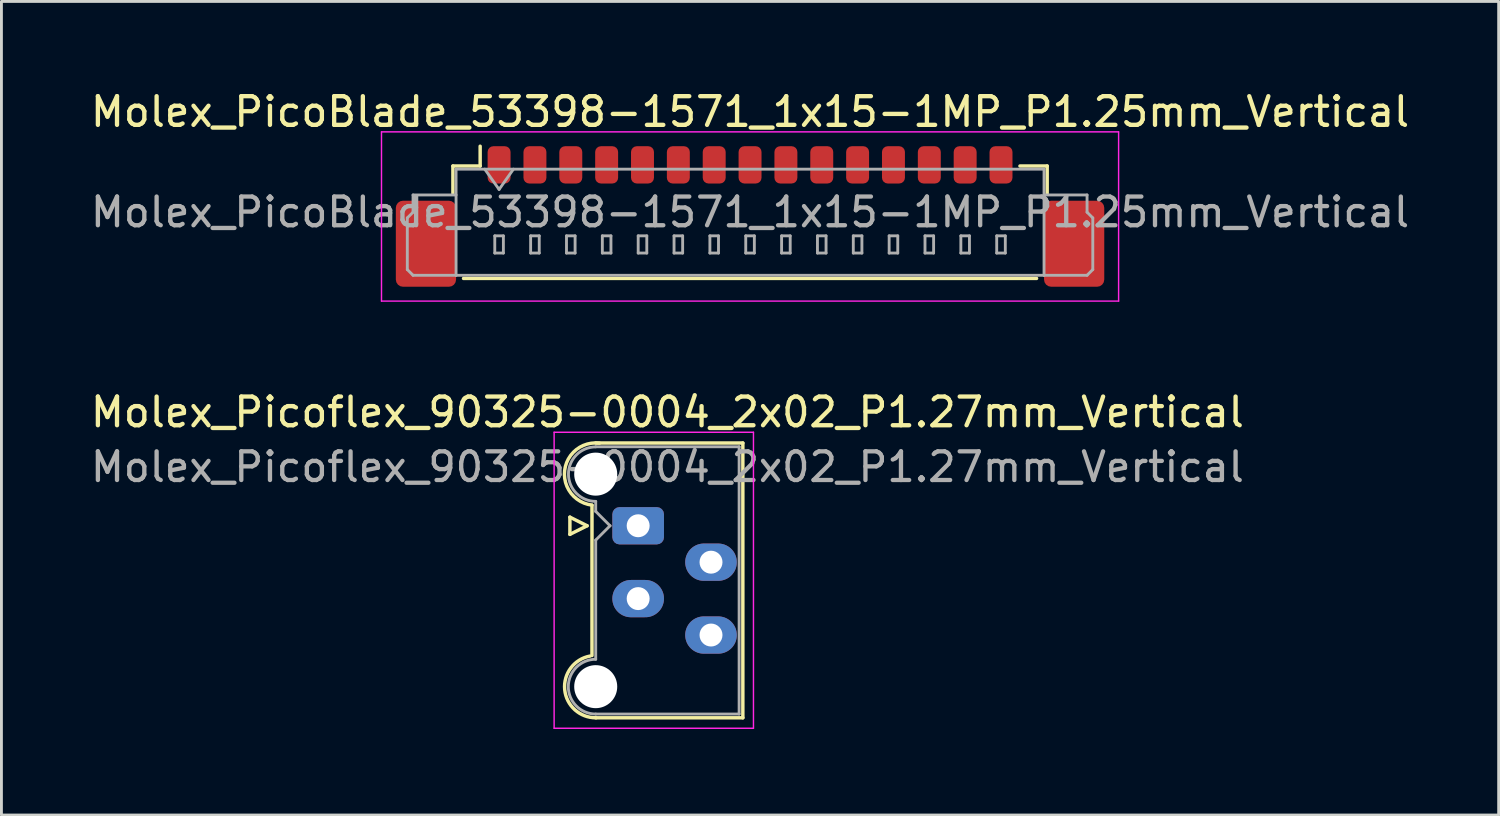
<source format=kicad_pcb>
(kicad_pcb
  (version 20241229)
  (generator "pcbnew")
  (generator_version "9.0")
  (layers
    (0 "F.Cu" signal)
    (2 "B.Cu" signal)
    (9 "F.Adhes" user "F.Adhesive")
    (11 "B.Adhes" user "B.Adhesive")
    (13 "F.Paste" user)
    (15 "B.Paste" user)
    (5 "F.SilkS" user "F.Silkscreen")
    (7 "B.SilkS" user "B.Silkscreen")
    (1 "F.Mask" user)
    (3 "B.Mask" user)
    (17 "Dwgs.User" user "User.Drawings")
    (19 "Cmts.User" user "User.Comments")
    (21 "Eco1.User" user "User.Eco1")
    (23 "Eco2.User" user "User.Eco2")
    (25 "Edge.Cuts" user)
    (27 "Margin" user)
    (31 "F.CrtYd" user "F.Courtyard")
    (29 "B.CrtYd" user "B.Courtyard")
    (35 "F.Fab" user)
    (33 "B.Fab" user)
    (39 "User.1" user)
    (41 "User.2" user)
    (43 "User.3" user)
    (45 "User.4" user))
  (footprint "Molex_PicoBlade_53398-1571_1x15-1MP_P1.25mm_Vertical"
    (layer "F.Cu")
    (at 23.101 3.948)
    (property "Reference" "Molex_PicoBlade_53398-1571_1x15-1MP_P1.25mm_Vertical" (at 0 -3.1 0) (layer "F.SilkS") (effects (font (size 1 1) (thickness 0.15))))
    (attr smd)
    (fp_line (start -10.36 -1.21) (end -9.41 -1.21) (stroke (width 0.12) (type solid)) (layer "F.SilkS"))
    (fp_line (start -10.36 -0.26) (end -10.36 -1.21) (stroke (width 0.12) (type solid)) (layer "F.SilkS"))
    (fp_line (start -9.99 2.71) (end 9.99 2.71) (stroke (width 0.12) (type solid)) (layer "F.SilkS"))
    (fp_line (start -9.41 -1.21) (end -9.41 -1.9) (stroke (width 0.12) (type solid)) (layer "F.SilkS"))
    (fp_line (start 10.36 -1.21) (end 9.41 -1.21) (stroke (width 0.12) (type solid)) (layer "F.SilkS"))
    (fp_line (start 10.36 -0.26) (end 10.36 -1.21) (stroke (width 0.12) (type solid)) (layer "F.SilkS"))
    (fp_line (start -12.85 -2.4) (end -12.85 3.5) (stroke (width 0.05) (type solid)) (layer "F.CrtYd"))
    (fp_line (start -12.85 3.5) (end 12.85 3.5) (stroke (width 0.05) (type solid)) (layer "F.CrtYd"))
    (fp_line (start 12.85 -2.4) (end -12.85 -2.4) (stroke (width 0.05) (type solid)) (layer "F.CrtYd"))
    (fp_line (start 12.85 3.5) (end 12.85 -2.4) (stroke (width 0.05) (type solid)) (layer "F.CrtYd"))
    (fp_line (start -11.95 0.6) (end -11.75 0.4) (stroke (width 0.1) (type solid)) (layer "F.Fab"))
    (fp_line (start -11.95 2.4) (end -11.95 0.6) (stroke (width 0.1) (type solid)) (layer "F.Fab"))
    (fp_line (start -11.75 -0.2) (end -10.25 -0.2) (stroke (width 0.1) (type solid)) (layer "F.Fab"))
    (fp_line (start -11.75 0.4) (end -11.75 -0.2) (stroke (width 0.1) (type solid)) (layer "F.Fab"))
    (fp_line (start -11.75 2.6) (end -11.95 2.4) (stroke (width 0.1) (type solid)) (layer "F.Fab"))
    (fp_line (start -10.25 -1.1) (end -10.25 2.6) (stroke (width 0.1) (type solid)) (layer "F.Fab"))
    (fp_line (start -10.25 -1.1) (end 10.25 -1.1) (stroke (width 0.1) (type solid)) (layer "F.Fab"))
    (fp_line (start -10.25 2.6) (end -11.75 2.6) (stroke (width 0.1) (type solid)) (layer "F.Fab"))
    (fp_line (start -10.25 2.6) (end 10.25 2.6) (stroke (width 0.1) (type solid)) (layer "F.Fab"))
    (fp_line (start -9.25 -1.1) (end -8.75 -0.393) (stroke (width 0.1) (type solid)) (layer "F.Fab"))
    (fp_line (start -8.9 1.225) (end -8.9 1.825) (stroke (width 0.1) (type solid)) (layer "F.Fab"))
    (fp_line (start -8.9 1.825) (end -8.6 1.825) (stroke (width 0.1) (type solid)) (layer "F.Fab"))
    (fp_line (start -8.75 -0.393) (end -8.25 -1.1) (stroke (width 0.1) (type solid)) (layer "F.Fab"))
    (fp_line (start -8.6 1.225) (end -8.9 1.225) (stroke (width 0.1) (type solid)) (layer "F.Fab"))
    (fp_line (start -8.6 1.825) (end -8.6 1.225) (stroke (width 0.1) (type solid)) (layer "F.Fab"))
    (fp_line (start -7.65 1.225) (end -7.65 1.825) (stroke (width 0.1) (type solid)) (layer "F.Fab"))
    (fp_line (start -7.65 1.825) (end -7.35 1.825) (stroke (width 0.1) (type solid)) (layer "F.Fab"))
    (fp_line (start -7.35 1.225) (end -7.65 1.225) (stroke (width 0.1) (type solid)) (layer "F.Fab"))
    (fp_line (start -7.35 1.825) (end -7.35 1.225) (stroke (width 0.1) (type solid)) (layer "F.Fab"))
    (fp_line (start -6.4 1.225) (end -6.4 1.825) (stroke (width 0.1) (type solid)) (layer "F.Fab"))
    (fp_line (start -6.4 1.825) (end -6.1 1.825) (stroke (width 0.1) (type solid)) (layer "F.Fab"))
    (fp_line (start -6.1 1.225) (end -6.4 1.225) (stroke (width 0.1) (type solid)) (layer "F.Fab"))
    (fp_line (start -6.1 1.825) (end -6.1 1.225) (stroke (width 0.1) (type solid)) (layer "F.Fab"))
    (fp_line (start -5.15 1.225) (end -5.15 1.825) (stroke (width 0.1) (type solid)) (layer "F.Fab"))
    (fp_line (start -5.15 1.825) (end -4.85 1.825) (stroke (width 0.1) (type solid)) (layer "F.Fab"))
    (fp_line (start -4.85 1.225) (end -5.15 1.225) (stroke (width 0.1) (type solid)) (layer "F.Fab"))
    (fp_line (start -4.85 1.825) (end -4.85 1.225) (stroke (width 0.1) (type solid)) (layer "F.Fab"))
    (fp_line (start -3.9 1.225) (end -3.9 1.825) (stroke (width 0.1) (type solid)) (layer "F.Fab"))
    (fp_line (start -3.9 1.825) (end -3.6 1.825) (stroke (width 0.1) (type solid)) (layer "F.Fab"))
    (fp_line (start -3.6 1.225) (end -3.9 1.225) (stroke (width 0.1) (type solid)) (layer "F.Fab"))
    (fp_line (start -3.6 1.825) (end -3.6 1.225) (stroke (width 0.1) (type solid)) (layer "F.Fab"))
    (fp_line (start -2.65 1.225) (end -2.65 1.825) (stroke (width 0.1) (type solid)) (layer "F.Fab"))
    (fp_line (start -2.65 1.825) (end -2.35 1.825) (stroke (width 0.1) (type solid)) (layer "F.Fab"))
    (fp_line (start -2.35 1.225) (end -2.65 1.225) (stroke (width 0.1) (type solid)) (layer "F.Fab"))
    (fp_line (start -2.35 1.825) (end -2.35 1.225) (stroke (width 0.1) (type solid)) (layer "F.Fab"))
    (fp_line (start -1.4 1.225) (end -1.4 1.825) (stroke (width 0.1) (type solid)) (layer "F.Fab"))
    (fp_line (start -1.4 1.825) (end -1.1 1.825) (stroke (width 0.1) (type solid)) (layer "F.Fab"))
    (fp_line (start -1.1 1.225) (end -1.4 1.225) (stroke (width 0.1) (type solid)) (layer "F.Fab"))
    (fp_line (start -1.1 1.825) (end -1.1 1.225) (stroke (width 0.1) (type solid)) (layer "F.Fab"))
    (fp_line (start -0.15 1.225) (end -0.15 1.825) (stroke (width 0.1) (type solid)) (layer "F.Fab"))
    (fp_line (start -0.15 1.825) (end 0.15 1.825) (stroke (width 0.1) (type solid)) (layer "F.Fab"))
    (fp_line (start 0.15 1.225) (end -0.15 1.225) (stroke (width 0.1) (type solid)) (layer "F.Fab"))
    (fp_line (start 0.15 1.825) (end 0.15 1.225) (stroke (width 0.1) (type solid)) (layer "F.Fab"))
    (fp_line (start 1.1 1.225) (end 1.1 1.825) (stroke (width 0.1) (type solid)) (layer "F.Fab"))
    (fp_line (start 1.1 1.825) (end 1.4 1.825) (stroke (width 0.1) (type solid)) (layer "F.Fab"))
    (fp_line (start 1.4 1.225) (end 1.1 1.225) (stroke (width 0.1) (type solid)) (layer "F.Fab"))
    (fp_line (start 1.4 1.825) (end 1.4 1.225) (stroke (width 0.1) (type solid)) (layer "F.Fab"))
    (fp_line (start 2.35 1.225) (end 2.35 1.825) (stroke (width 0.1) (type solid)) (layer "F.Fab"))
    (fp_line (start 2.35 1.825) (end 2.65 1.825) (stroke (width 0.1) (type solid)) (layer "F.Fab"))
    (fp_line (start 2.65 1.225) (end 2.35 1.225) (stroke (width 0.1) (type solid)) (layer "F.Fab"))
    (fp_line (start 2.65 1.825) (end 2.65 1.225) (stroke (width 0.1) (type solid)) (layer "F.Fab"))
    (fp_line (start 3.6 1.225) (end 3.6 1.825) (stroke (width 0.1) (type solid)) (layer "F.Fab"))
    (fp_line (start 3.6 1.825) (end 3.9 1.825) (stroke (width 0.1) (type solid)) (layer "F.Fab"))
    (fp_line (start 3.9 1.225) (end 3.6 1.225) (stroke (width 0.1) (type solid)) (layer "F.Fab"))
    (fp_line (start 3.9 1.825) (end 3.9 1.225) (stroke (width 0.1) (type solid)) (layer "F.Fab"))
    (fp_line (start 4.85 1.225) (end 4.85 1.825) (stroke (width 0.1) (type solid)) (layer "F.Fab"))
    (fp_line (start 4.85 1.825) (end 5.15 1.825) (stroke (width 0.1) (type solid)) (layer "F.Fab"))
    (fp_line (start 5.15 1.225) (end 4.85 1.225) (stroke (width 0.1) (type solid)) (layer "F.Fab"))
    (fp_line (start 5.15 1.825) (end 5.15 1.225) (stroke (width 0.1) (type solid)) (layer "F.Fab"))
    (fp_line (start 6.1 1.225) (end 6.1 1.825) (stroke (width 0.1) (type solid)) (layer "F.Fab"))
    (fp_line (start 6.1 1.825) (end 6.4 1.825) (stroke (width 0.1) (type solid)) (layer "F.Fab"))
    (fp_line (start 6.4 1.225) (end 6.1 1.225) (stroke (width 0.1) (type solid)) (layer "F.Fab"))
    (fp_line (start 6.4 1.825) (end 6.4 1.225) (stroke (width 0.1) (type solid)) (layer "F.Fab"))
    (fp_line (start 7.35 1.225) (end 7.35 1.825) (stroke (width 0.1) (type solid)) (layer "F.Fab"))
    (fp_line (start 7.35 1.825) (end 7.65 1.825) (stroke (width 0.1) (type solid)) (layer "F.Fab"))
    (fp_line (start 7.65 1.225) (end 7.35 1.225) (stroke (width 0.1) (type solid)) (layer "F.Fab"))
    (fp_line (start 7.65 1.825) (end 7.65 1.225) (stroke (width 0.1) (type solid)) (layer "F.Fab"))
    (fp_line (start 8.6 1.225) (end 8.6 1.825) (stroke (width 0.1) (type solid)) (layer "F.Fab"))
    (fp_line (start 8.6 1.825) (end 8.9 1.825) (stroke (width 0.1) (type solid)) (layer "F.Fab"))
    (fp_line (start 8.9 1.225) (end 8.6 1.225) (stroke (width 0.1) (type solid)) (layer "F.Fab"))
    (fp_line (start 8.9 1.825) (end 8.9 1.225) (stroke (width 0.1) (type solid)) (layer "F.Fab"))
    (fp_line (start 10.25 -1.1) (end 10.25 2.6) (stroke (width 0.1) (type solid)) (layer "F.Fab"))
    (fp_line (start 10.25 2.6) (end 11.75 2.6) (stroke (width 0.1) (type solid)) (layer "F.Fab"))
    (fp_line (start 11.75 -0.2) (end 10.25 -0.2) (stroke (width 0.1) (type solid)) (layer "F.Fab"))
    (fp_line (start 11.75 0.4) (end 11.75 -0.2) (stroke (width 0.1) (type solid)) (layer "F.Fab"))
    (fp_line (start 11.75 2.6) (end 11.95 2.4) (stroke (width 0.1) (type solid)) (layer "F.Fab"))
    (fp_line (start 11.95 0.6) (end 11.75 0.4) (stroke (width 0.1) (type solid)) (layer "F.Fab"))
    (fp_line (start 11.95 2.4) (end 11.95 0.6) (stroke (width 0.1) (type solid)) (layer "F.Fab"))
    (fp_text user "${REFERENCE}" (at 0 0.4 0) (layer "F.Fab") (effects (font (size 1 1) (thickness 0.15))))
    (pad "1" smd roundrect (at -8.75 -1.25) (size 0.8 1.3) (layers "F.Cu" "F.Mask" "F.Paste") (roundrect_rratio 0.25))
    (pad "2" smd roundrect (at -7.5 -1.25) (size 0.8 1.3) (layers "F.Cu" "F.Mask" "F.Paste") (roundrect_rratio 0.25))
    (pad "3" smd roundrect (at -6.25 -1.25) (size 0.8 1.3) (layers "F.Cu" "F.Mask" "F.Paste") (roundrect_rratio 0.25))
    (pad "4" smd roundrect (at -5 -1.25) (size 0.8 1.3) (layers "F.Cu" "F.Mask" "F.Paste") (roundrect_rratio 0.25))
    (pad "5" smd roundrect (at -3.75 -1.25) (size 0.8 1.3) (layers "F.Cu" "F.Mask" "F.Paste") (roundrect_rratio 0.25))
    (pad "6" smd roundrect (at -2.5 -1.25) (size 0.8 1.3) (layers "F.Cu" "F.Mask" "F.Paste") (roundrect_rratio 0.25))
    (pad "7" smd roundrect (at -1.25 -1.25) (size 0.8 1.3) (layers "F.Cu" "F.Mask" "F.Paste") (roundrect_rratio 0.25))
    (pad "8" smd roundrect (at 0 -1.25) (size 0.8 1.3) (layers "F.Cu" "F.Mask" "F.Paste") (roundrect_rratio 0.25))
    (pad "9" smd roundrect (at 1.25 -1.25) (size 0.8 1.3) (layers "F.Cu" "F.Mask" "F.Paste") (roundrect_rratio 0.25))
    (pad "10" smd roundrect (at 2.5 -1.25) (size 0.8 1.3) (layers "F.Cu" "F.Mask" "F.Paste") (roundrect_rratio 0.25))
    (pad "11" smd roundrect (at 3.75 -1.25) (size 0.8 1.3) (layers "F.Cu" "F.Mask" "F.Paste") (roundrect_rratio 0.25))
    (pad "12" smd roundrect (at 5 -1.25) (size 0.8 1.3) (layers "F.Cu" "F.Mask" "F.Paste") (roundrect_rratio 0.25))
    (pad "13" smd roundrect (at 6.25 -1.25) (size 0.8 1.3) (layers "F.Cu" "F.Mask" "F.Paste") (roundrect_rratio 0.25))
    (pad "14" smd roundrect (at 7.5 -1.25) (size 0.8 1.3) (layers "F.Cu" "F.Mask" "F.Paste") (roundrect_rratio 0.25))
    (pad "15" smd roundrect (at 8.75 -1.25) (size 0.8 1.3) (layers "F.Cu" "F.Mask" "F.Paste") (roundrect_rratio 0.25))
    (pad "MP" smd roundrect (at -11.3 1.5) (size 2.1 3) (layers "F.Cu" "F.Mask" "F.Paste") (roundrect_rratio 0.119))
    (pad "MP" smd roundrect (at 11.3 1.5) (size 2.1 3) (layers "F.Cu" "F.Mask" "F.Paste") (roundrect_rratio 0.119)))
  (footprint "Molex_Picoflex_90325-0004_2x02_P1.27mm_Vertical"
    (layer "F.Cu")
    (at 19.2 15.281)
    (property "Reference" "Molex_Picoflex_90325-0004_2x02_P1.27mm_Vertical" (at 1.02 -3.96 0) (layer "F.SilkS") (effects (font (size 1 1) (thickness 0.15))))
    (attr through_hole)
    (fp_line (start -2.38 -0.3) (end -2.38 0.3) (stroke (width 0.12) (type solid)) (layer "F.SilkS"))
    (fp_line (start -2.38 0.3) (end -1.78 0) (stroke (width 0.12) (type solid)) (layer "F.SilkS"))
    (fp_line (start -1.78 0) (end -2.38 -0.3) (stroke (width 0.12) (type solid)) (layer "F.SilkS"))
    (fp_line (start -1.61 -0.715) (end -1.61 4.525) (stroke (width 0.12) (type solid)) (layer "F.SilkS"))
    (fp_line (start -1.48 -2.885) (end 3.65 -2.885) (stroke (width 0.12) (type solid)) (layer "F.SilkS"))
    (fp_line (start 3.65 -2.885) (end 3.65 6.695) (stroke (width 0.12) (type solid)) (layer "F.SilkS"))
    (fp_line (start 3.65 6.695) (end -1.48 6.695) (stroke (width 0.12) (type solid)) (layer "F.SilkS"))
    (fp_arc (start -1.61 -0.72) (mid -2.56 -1.93) (end -1.35 -2.88) (stroke (width 0.12) (type solid)) (layer "F.SilkS"))
    (fp_arc (start -1.47 6.695) (mid -2.56 5.714526) (end -1.678256 4.54322) (stroke (width 0.12) (type solid)) (layer "F.SilkS"))
    (fp_line (start -2.93 -3.26) (end -2.93 7.06) (stroke (width 0.05) (type solid)) (layer "F.CrtYd"))
    (fp_line (start -2.93 7.06) (end 4.02 7.06) (stroke (width 0.05) (type solid)) (layer "F.CrtYd"))
    (fp_line (start 4.02 -3.26) (end -2.93 -3.26) (stroke (width 0.05) (type solid)) (layer "F.CrtYd"))
    (fp_line (start 4.02 7.06) (end 4.02 -3.26) (stroke (width 0.05) (type solid)) (layer "F.CrtYd"))
    (fp_line (start -1.48 -2.755) (end 3.52 -2.755) (stroke (width 0.1) (type solid)) (layer "F.Fab"))
    (fp_line (start -1.48 -0.845) (end -1.48 -0.5) (stroke (width 0.1) (type solid)) (layer "F.Fab"))
    (fp_line (start -1.48 -0.5) (end -0.98 0) (stroke (width 0.1) (type solid)) (layer "F.Fab"))
    (fp_line (start -1.48 0.5) (end -1.48 4.655) (stroke (width 0.1) (type solid)) (layer "F.Fab"))
    (fp_line (start -0.98 0) (end -1.48 0.5) (stroke (width 0.1) (type solid)) (layer "F.Fab"))
    (fp_line (start 3.52 -2.755) (end 3.52 6.565) (stroke (width 0.1) (type solid)) (layer "F.Fab"))
    (fp_line (start 3.52 6.565) (end -1.48 6.565) (stroke (width 0.1) (type solid)) (layer "F.Fab"))
    (fp_arc (start -1.48 -0.85) (mid -2.43 -1.8) (end -1.48 -2.75) (stroke (width 0.1) (type solid)) (layer "F.Fab"))
    (fp_arc (start -1.48 6.565) (mid -2.435 5.61) (end -1.48 4.655) (stroke (width 0.1) (type solid)) (layer "F.Fab"))
    (fp_text user "${REFERENCE}" (at 1.02 -2.05 0) (layer "F.Fab") (effects (font (size 1 1) (thickness 0.15))))
    (pad "" np_thru_hole circle (at -1.48 -1.8) (size 1.5 1.5) (drill 1.5) (layers "*.Cu" "*.Mask"))
    (pad "" np_thru_hole circle (at -1.48 5.61) (size 1.5 1.5) (drill 1.5) (layers "*.Cu" "*.Mask"))
    (pad "1" thru_hole roundrect (at 0 0) (size 1.8 1.3) (drill 0.8) (layers "*.Cu" "*.Mask") (roundrect_rratio 0.192))
    (pad "2" thru_hole oval (at 2.54 1.27) (size 1.8 1.3) (drill 0.8) (layers "*.Cu" "*.Mask"))
    (pad "3" thru_hole oval (at 0 2.54) (size 1.8 1.3) (drill 0.8) (layers "*.Cu" "*.Mask"))
    (pad "4" thru_hole oval (at 2.54 3.81) (size 1.8 1.3) (drill 0.8) (layers "*.Cu" "*.Mask")))
  (gr_rect
    (start -3 -3)
    (end 49.202 25.366)
    (stroke (width 0.1) (type default))
    (fill no)
    (layer "Edge.Cuts")))
</source>
